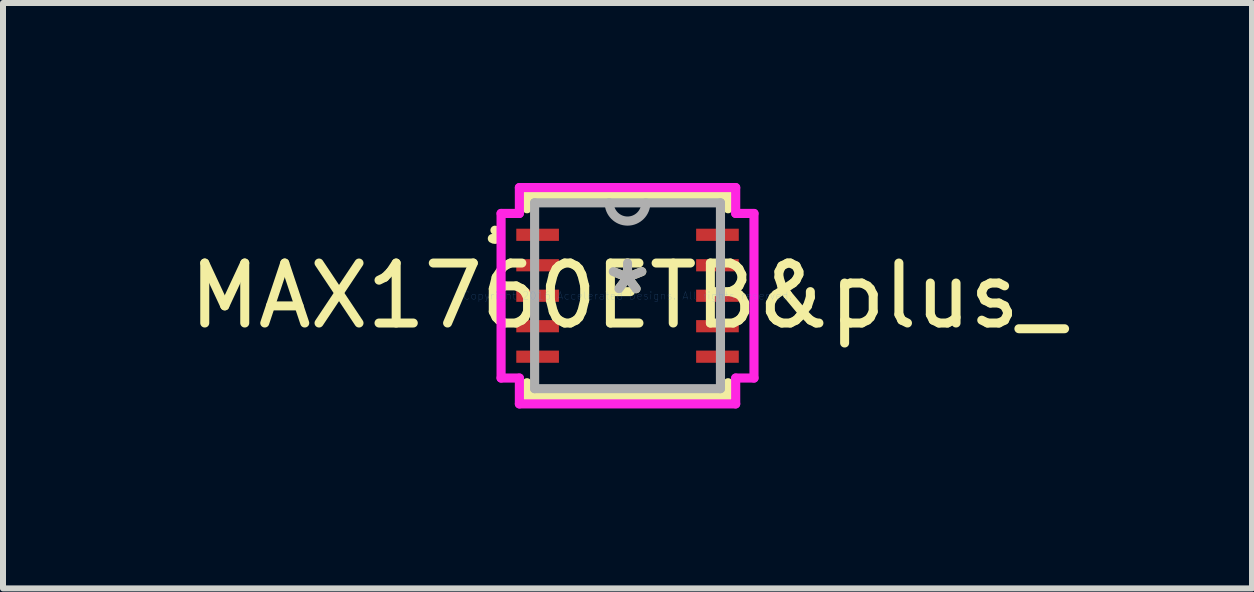
<source format=kicad_pcb>
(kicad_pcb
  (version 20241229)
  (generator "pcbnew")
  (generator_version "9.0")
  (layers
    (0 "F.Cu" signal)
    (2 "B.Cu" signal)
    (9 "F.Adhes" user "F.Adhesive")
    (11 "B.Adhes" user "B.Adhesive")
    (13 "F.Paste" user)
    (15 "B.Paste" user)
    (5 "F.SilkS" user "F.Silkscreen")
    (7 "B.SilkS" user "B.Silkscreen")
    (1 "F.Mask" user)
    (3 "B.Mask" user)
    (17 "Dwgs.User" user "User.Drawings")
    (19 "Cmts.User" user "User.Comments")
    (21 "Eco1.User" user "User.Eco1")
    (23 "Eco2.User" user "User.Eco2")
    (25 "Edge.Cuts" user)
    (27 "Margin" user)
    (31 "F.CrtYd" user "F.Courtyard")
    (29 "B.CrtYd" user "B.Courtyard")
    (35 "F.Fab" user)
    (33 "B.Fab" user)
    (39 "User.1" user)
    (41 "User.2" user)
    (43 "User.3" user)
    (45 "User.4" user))
  (footprint "MAX1760ETB&plus_"
    (layer "F.Cu")
    (at 7.411 1.88)
    (property "Reference" "MAX1760ETB&plus_" (at 0 0 0) (layer "F.SilkS") (effects (font (size 1 1) (thickness 0.15))))
    (attr through_hole)
    (fp_line (start -1.676 -1.676) (end -1.676 -1.45) (stroke (width 0.152) (type solid)) (layer "F.SilkS"))
    (fp_line (start -1.676 1.45) (end -1.676 1.676) (stroke (width 0.152) (type solid)) (layer "F.SilkS"))
    (fp_line (start -1.676 1.676) (end 1.676 1.676) (stroke (width 0.152) (type solid)) (layer "F.SilkS"))
    (fp_line (start 1.676 -1.676) (end -1.676 -1.676) (stroke (width 0.152) (type solid)) (layer "F.SilkS"))
    (fp_line (start 1.676 -1.45) (end 1.676 -1.676) (stroke (width 0.152) (type solid)) (layer "F.SilkS"))
    (fp_line (start 1.676 1.676) (end 1.676 1.45) (stroke (width 0.152) (type solid)) (layer "F.SilkS"))
    (fp_arc (start -2.2098 -1.0922) (mid -2.13711 -0.99314) (end -2.253414 -0.953516) (stroke (width 0.1524) (type solid)) (layer "F.SilkS"))
    (fp_line (start -2.108 -1.372) (end -1.803 -1.372) (stroke (width 0.152) (type solid)) (layer "F.CrtYd"))
    (fp_line (start -2.108 1.372) (end -2.108 -1.372) (stroke (width 0.152) (type solid)) (layer "F.CrtYd"))
    (fp_line (start -1.803 -1.803) (end 1.803 -1.803) (stroke (width 0.152) (type solid)) (layer "F.CrtYd"))
    (fp_line (start -1.803 -1.372) (end -1.803 -1.803) (stroke (width 0.152) (type solid)) (layer "F.CrtYd"))
    (fp_line (start -1.803 1.372) (end -2.108 1.372) (stroke (width 0.152) (type solid)) (layer "F.CrtYd"))
    (fp_line (start -1.803 1.803) (end -1.803 1.372) (stroke (width 0.152) (type solid)) (layer "F.CrtYd"))
    (fp_line (start 1.803 -1.803) (end 1.803 -1.372) (stroke (width 0.152) (type solid)) (layer "F.CrtYd"))
    (fp_line (start 1.803 -1.372) (end 2.108 -1.372) (stroke (width 0.152) (type solid)) (layer "F.CrtYd"))
    (fp_line (start 1.803 1.372) (end 1.803 1.803) (stroke (width 0.152) (type solid)) (layer "F.CrtYd"))
    (fp_line (start 1.803 1.803) (end -1.803 1.803) (stroke (width 0.152) (type solid)) (layer "F.CrtYd"))
    (fp_line (start 2.108 -1.372) (end 2.108 1.372) (stroke (width 0.152) (type solid)) (layer "F.CrtYd"))
    (fp_line (start 2.108 1.372) (end 1.803 1.372) (stroke (width 0.152) (type solid)) (layer "F.CrtYd"))
    (fp_line (start -1.549 -1.549) (end -1.549 1.549) (stroke (width 0.152) (type solid)) (layer "F.Fab"))
    (fp_line (start -1.549 1.549) (end 1.549 1.549) (stroke (width 0.152) (type solid)) (layer "F.Fab"))
    (fp_line (start 1.549 -1.549) (end -1.549 -1.549) (stroke (width 0.152) (type solid)) (layer "F.Fab"))
    (fp_line (start 1.549 1.549) (end 1.549 -1.549) (stroke (width 0.152) (type solid)) (layer "F.Fab"))
    (fp_arc (start 0.3048 -1.5494) (mid 0 -1.2446) (end -0.3048 -1.5494) (stroke (width 0.1524) (type solid)) (layer "F.Fab"))
    (fp_text user "*" (at 0 0 0) (layer "F.SilkS") (effects (font (size 1 1) (thickness 0.15))))
    (fp_text user "Copyright 2016 Accelerated Designs. All rights reserved." (at 0 0 0) (layer "Cmts.User") (effects (font (size 0.127 0.127) (thickness 0.002))))
    (fp_text user "*" (at 0 0 0) (layer "F.Fab") (effects (font (size 1 1) (thickness 0.15))))
    (pad "1" smd rect (at -1.499 -1.016) (size 0.711 0.203) (layers "F.Cu" "F.Mask" "F.Paste"))
    (pad "2" smd rect (at -1.499 -0.508) (size 0.711 0.203) (layers "F.Cu" "F.Mask" "F.Paste"))
    (pad "3" smd rect (at -1.499 0) (size 0.711 0.203) (layers "F.Cu" "F.Mask" "F.Paste"))
    (pad "4" smd rect (at -1.499 0.508) (size 0.711 0.203) (layers "F.Cu" "F.Mask" "F.Paste"))
    (pad "5" smd rect (at -1.499 1.016) (size 0.711 0.203) (layers "F.Cu" "F.Mask" "F.Paste"))
    (pad "6" smd rect (at 1.499 1.016) (size 0.711 0.203) (layers "F.Cu" "F.Mask" "F.Paste"))
    (pad "7" smd rect (at 1.499 0.508) (size 0.711 0.203) (layers "F.Cu" "F.Mask" "F.Paste"))
    (pad "8" smd rect (at 1.499 0) (size 0.711 0.203) (layers "F.Cu" "F.Mask" "F.Paste"))
    (pad "9" smd rect (at 1.499 -0.508) (size 0.711 0.203) (layers "F.Cu" "F.Mask" "F.Paste"))
    (pad "10" smd rect (at 1.499 -1.016) (size 0.711 0.203) (layers "F.Cu" "F.Mask" "F.Paste")))
  (gr_rect
    (start -3 -3)
    (end 17.821 6.759)
    (stroke (width 0.1) (type default))
    (fill no)
    (layer "Edge.Cuts")))
</source>
